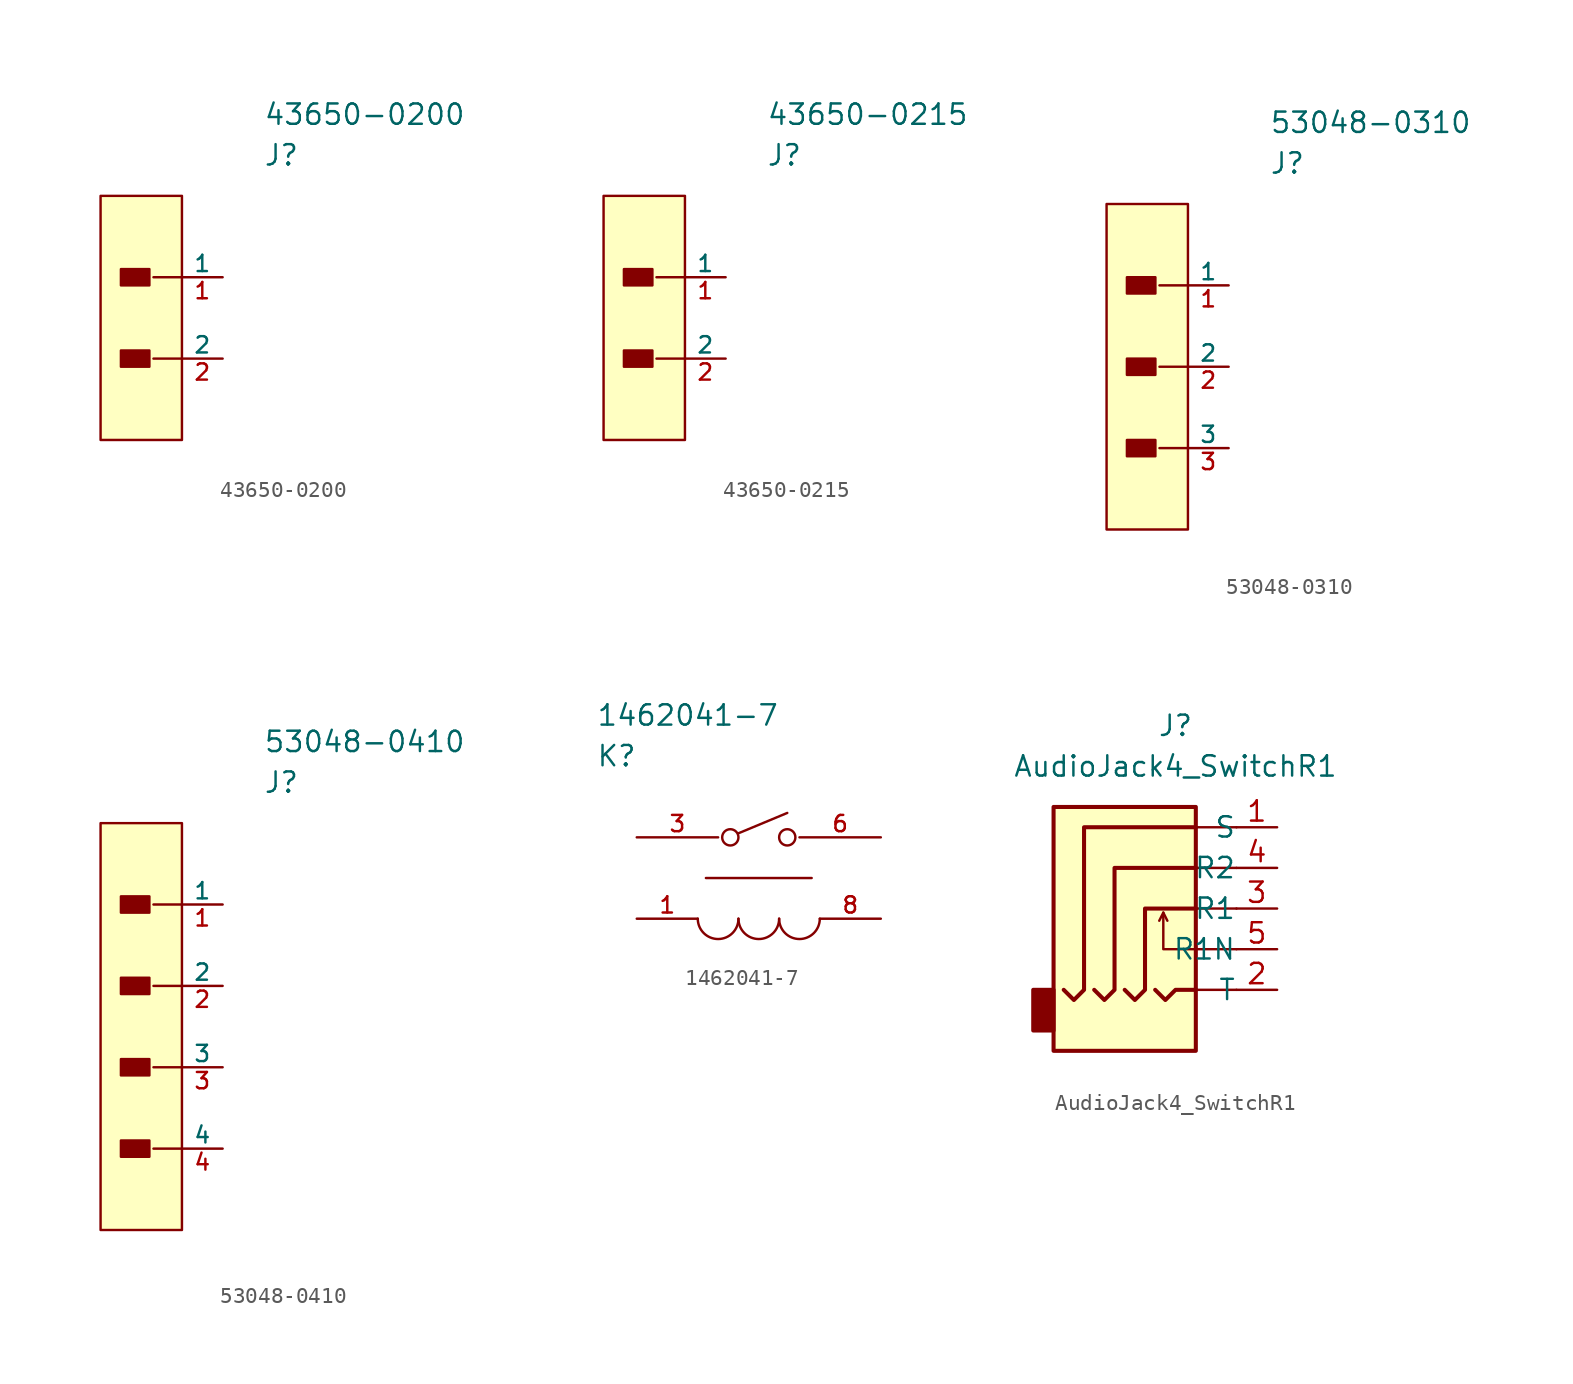
<source format=kicad_sym>
(kicad_symbol_lib
  (version 20201005)
  (generator kicad_symbol_editor)
  (symbol "reptile-monitor:43650-0200"
    (pin_names
      (offset 0))
    (property "Reference" "J"
      (at 0 7.62 0)
      (effects (font (size 1.27 1.27)) (justify left)))
    (property "Value" "43650-0200"
      (at 0 10.16 0)
      (effects (font (size 1.27 1.27)) (justify left)))
    (property "ki_locked" ""
      (at 0 0 0)
      (effects (font (size 1.27 1.27))))
    (symbol "43650-0200_1_1"
      (rectangle (start -8.89 -4.572) (end -7.112 -5.588) (stroke (width 0)) (fill (type outline)))
      (rectangle (start -8.89 0.508) (end -7.112 -0.508) (stroke (width 0)) (fill (type outline)))
      (rectangle (start -10.16 5.08) (end -5.08 -10.16) (stroke (width 0)) (fill (type background)))
      (polyline (pts (xy -6.858 -5.08) (xy -5.08 -5.08)) (stroke (width 0)) (fill (type none)))
      (polyline (pts (xy -6.858 0) (xy -5.08 0)) (stroke (width 0)) (fill (type none)))
      (pin passive line (at -2.54 0 180) (length 2.54) (name "1" (effects (font (size 1.016 1.016)))) (number "1" (effects (font (size 1.016 1.016)))))
      (pin passive line (at -2.54 -5.08 180) (length 2.54) (name "2" (effects (font (size 1.016 1.016)))) (number "2" (effects (font (size 1.016 1.016)))))))
  (symbol "reptile-monitor:43650-0215"
    (pin_names
      (offset 0))
    (property "Reference" "J"
      (at 0 7.62 0)
      (effects (font (size 1.27 1.27)) (justify left)))
    (property "Value" "43650-0215"
      (at 0 10.16 0)
      (effects (font (size 1.27 1.27)) (justify left)))
    (property "ki_locked" ""
      (at 0 0 0)
      (effects (font (size 1.27 1.27))))
    (symbol "43650-0215_1_1"
      (rectangle (start -8.89 -4.572) (end -7.112 -5.588) (stroke (width 0)) (fill (type outline)))
      (rectangle (start -8.89 0.508) (end -7.112 -0.508) (stroke (width 0)) (fill (type outline)))
      (rectangle (start -10.16 5.08) (end -5.08 -10.16) (stroke (width 0)) (fill (type background)))
      (polyline (pts (xy -6.858 -5.08) (xy -5.08 -5.08)) (stroke (width 0)) (fill (type none)))
      (polyline (pts (xy -6.858 0) (xy -5.08 0)) (stroke (width 0)) (fill (type none)))
      (pin passive line (at -2.54 0 180) (length 2.54) (name "1" (effects (font (size 1.016 1.016)))) (number "1" (effects (font (size 1.016 1.016)))))
      (pin passive line (at -2.54 -5.08 180) (length 2.54) (name "2" (effects (font (size 1.016 1.016)))) (number "2" (effects (font (size 1.016 1.016)))))))
  (symbol "reptile-monitor:53048-0310"
    (pin_names
      (offset 0))
    (property "Reference" "J"
      (at 0 7.62 0)
      (effects (font (size 1.27 1.27)) (justify left)))
    (property "Value" "53048-0310"
      (at 0 10.16 0)
      (effects (font (size 1.27 1.27)) (justify left)))
    (property "ki_locked" ""
      (at 0 0 0)
      (effects (font (size 1.27 1.27))))
    (symbol "53048-0310_1_1"
      (rectangle (start -8.89 -9.652) (end -7.112 -10.668) (stroke (width 0)) (fill (type outline)))
      (rectangle (start -8.89 -4.572) (end -7.112 -5.588) (stroke (width 0)) (fill (type outline)))
      (rectangle (start -8.89 0.508) (end -7.112 -0.508) (stroke (width 0)) (fill (type outline)))
      (rectangle (start -10.16 5.08) (end -5.08 -15.24) (stroke (width 0)) (fill (type background)))
      (polyline (pts (xy -6.858 -10.16) (xy -5.08 -10.16)) (stroke (width 0)) (fill (type none)))
      (polyline (pts (xy -6.858 -5.08) (xy -5.08 -5.08)) (stroke (width 0)) (fill (type none)))
      (polyline (pts (xy -6.858 0) (xy -5.08 0)) (stroke (width 0)) (fill (type none)))
      (pin passive line (at -2.54 0 180) (length 2.54) (name "1" (effects (font (size 1.016 1.016)))) (number "1" (effects (font (size 1.016 1.016)))))
      (pin passive line (at -2.54 -5.08 180) (length 2.54) (name "2" (effects (font (size 1.016 1.016)))) (number "2" (effects (font (size 1.016 1.016)))))
      (pin passive line (at -2.54 -10.16 180) (length 2.54) (name "3" (effects (font (size 1.016 1.016)))) (number "3" (effects (font (size 1.016 1.016)))))))
  (symbol "reptile-monitor:53048-0410"
    (pin_names
      (offset 0))
    (property "Reference" "J"
      (at 0 7.62 0)
      (effects (font (size 1.27 1.27)) (justify left)))
    (property "Value" "53048-0410"
      (at 0 10.16 0)
      (effects (font (size 1.27 1.27)) (justify left)))
    (property "ki_locked" ""
      (at 0 0 0)
      (effects (font (size 1.27 1.27))))
    (symbol "53048-0410_1_1"
      (rectangle (start -8.89 -14.732) (end -7.112 -15.748) (stroke (width 0)) (fill (type outline)))
      (rectangle (start -8.89 -9.652) (end -7.112 -10.668) (stroke (width 0)) (fill (type outline)))
      (rectangle (start -8.89 -4.572) (end -7.112 -5.588) (stroke (width 0)) (fill (type outline)))
      (rectangle (start -8.89 0.508) (end -7.112 -0.508) (stroke (width 0)) (fill (type outline)))
      (rectangle (start -10.16 5.08) (end -5.08 -20.32) (stroke (width 0)) (fill (type background)))
      (polyline (pts (xy -6.858 -15.24) (xy -5.08 -15.24)) (stroke (width 0)) (fill (type none)))
      (polyline (pts (xy -6.858 -10.16) (xy -5.08 -10.16)) (stroke (width 0)) (fill (type none)))
      (polyline (pts (xy -6.858 -5.08) (xy -5.08 -5.08)) (stroke (width 0)) (fill (type none)))
      (polyline (pts (xy -6.858 0) (xy -5.08 0)) (stroke (width 0)) (fill (type none)))
      (pin passive line (at -2.54 0 180) (length 2.54) (name "1" (effects (font (size 1.016 1.016)))) (number "1" (effects (font (size 1.016 1.016)))))
      (pin passive line (at -2.54 -5.08 180) (length 2.54) (name "2" (effects (font (size 1.016 1.016)))) (number "2" (effects (font (size 1.016 1.016)))))
      (pin passive line (at -2.54 -10.16 180) (length 2.54) (name "3" (effects (font (size 1.016 1.016)))) (number "3" (effects (font (size 1.016 1.016)))))
      (pin passive line (at -2.54 -15.24 180) (length 2.54) (name "4" (effects (font (size 1.016 1.016)))) (number "4" (effects (font (size 1.016 1.016)))))))
  (symbol "reptile-monitor:1462041-7"
    (pin_names
      (offset 1.016))
    (property "Reference" "K"
      (at 0 5.08 0)
      (effects (font (size 1.27 1.27)) (justify left)))
    (property "Value" "1462041-7"
      (at 0 7.62 0)
      (effects (font (size 1.27 1.27)) (justify left)))
    (property "ki_locked" ""
      (at 0 0 0)
      (effects (font (size 1.27 1.27))))
    (symbol "1462041-7_1_1"
      (arc (start 6.35 -5.08) (end 8.89 -5.08) (radius (at 7.62 -5.08) (length 1.27) (angles 0 179.9)) (stroke (width 0)) (fill (type none)))
      (arc (start 8.89 -5.08) (end 11.43 -5.08) (radius (at 10.16 -5.08) (length 1.27) (angles 0 179.9)) (stroke (width 0)) (fill (type none)))
      (arc (start 11.43 -5.08) (end 13.97 -5.08) (radius (at 12.7 -5.08) (length 1.27) (angles 0 179.9)) (stroke (width 0)) (fill (type none)))
      (circle (center 8.382 0) (radius 0.508) (stroke (width 0)) (fill (type none)))
      (circle (center 11.938 0) (radius 0.508) (stroke (width 0)) (fill (type none)))
      (polyline (pts (xy 8.89 0.254) (xy 11.938 1.524)) (stroke (width 0)) (fill (type none)))
      (polyline (pts (xy 13.462 -2.54) (xy 6.858 -2.54)) (stroke (width 0)) (fill (type none)))
      (pin passive line (at 2.54 -5.08 0) (length 3.81) (name "1" (effects (font (size 0 0)))) (number "1" (effects (font (size 1.016 1.016)))))
      (pin passive line (at 2.54 0 0) (length 5.08) (name "3" (effects (font (size 0 0)))) (number "3" (effects (font (size 1.016 1.016)))))
      (pin passive line (at 17.78 0 180) (length 5.08) (name "6" (effects (font (size 0 0)))) (number "6" (effects (font (size 1.016 1.016)))))
      (pin passive line (at 17.78 -5.08 180) (length 3.81) (name "8" (effects (font (size 0 0)))) (number "8" (effects (font (size 1.016 1.016)))))))
  (symbol "reptile-monitor:AudioJack4_SwitchR1"
    (pin_names
      (offset 0.002))
    (property "Reference" "J"
      (at 0 11.43 0)
      (effects (font (size 1.27 1.27))))
    (property "Value" "AudioJack4_SwitchR1"
      (at 0 8.89 0)
      (effects (font (size 1.27 1.27))))
    (symbol "AudioJack4_SwitchR1_0_1"
      (rectangle (start -7.62 -5.08) (end -8.89 -7.62) (stroke (width 0.254)) (fill (type outline)))
      (rectangle (start -7.62 6.35) (end 1.27 -8.89) (stroke (width 0.254)) (fill (type background)))
      (polyline (pts (xy 1.27 -5.08) (xy 3.81 -5.08)) (stroke (width 0)) (fill (type none)))
      (polyline (pts (xy 1.27 2.54) (xy 3.81 2.54)) (stroke (width 0)) (fill (type none)))
      (polyline (pts (xy 3.81 0) (xy 1.27 0)) (stroke (width 0)) (fill (type none)))
      (polyline (pts (xy 3.81 5.08) (xy 1.27 5.08)) (stroke (width 0)) (fill (type none))))
    (symbol "AudioJack4_SwitchR1_1_1"
      (polyline (pts (xy -0.762 -0.254) (xy -0.508 -0.762)) (stroke (width 0)) (fill (type none)))
      (polyline (pts (xy -1.27 -5.08) (xy -0.635 -5.715) (xy 0 -5.08) (xy 1.27 -5.08)) (stroke (width 0.254)) (fill (type none)))
      (polyline (pts (xy 3.81 -2.54) (xy -0.762 -2.54) (xy -0.762 -0.254) (xy -1.016 -0.762)) (stroke (width 0)) (fill (type none)))
      (polyline (pts (xy -3.175 -5.08) (xy -2.54 -5.715) (xy -1.905 -5.08) (xy -1.905 0) (xy 1.27 0)) (stroke (width 0.254)) (fill (type none)))
      (polyline (pts (xy 1.27 2.54) (xy -3.81 2.54) (xy -3.81 -5.08) (xy -4.445 -5.715) (xy -5.08 -5.08)) (stroke (width 0.254)) (fill (type none)))
      (polyline (pts (xy 1.27 5.08) (xy -5.715 5.08) (xy -5.715 -5.08) (xy -6.35 -5.715) (xy -6.985 -5.08)) (stroke (width 0.254)) (fill (type none)))
      (pin passive line (at 6.35 5.08 180) (length 2.54) (name "S" (effects (font (size 1.27 1.27)))) (number "1" (effects (font (size 1.27 1.27)))))
      (pin passive line (at 6.35 -5.08 180) (length 2.54) (name "T" (effects (font (size 1.27 1.27)))) (number "2" (effects (font (size 1.27 1.27)))))
      (pin passive line (at 6.35 0 180) (length 2.54) (name "R1" (effects (font (size 1.27 1.27)))) (number "3" (effects (font (size 1.27 1.27)))))
      (pin passive line (at 6.35 2.54 180) (length 2.54) (name "R2" (effects (font (size 1.27 1.27)))) (number "4" (effects (font (size 1.27 1.27)))))
      (pin passive line (at 6.35 -2.54 180) (length 2.54) (name "R1N" (effects (font (size 1.27 1.27)))) (number "5" (effects (font (size 1.27 1.27))))))))
</source>
